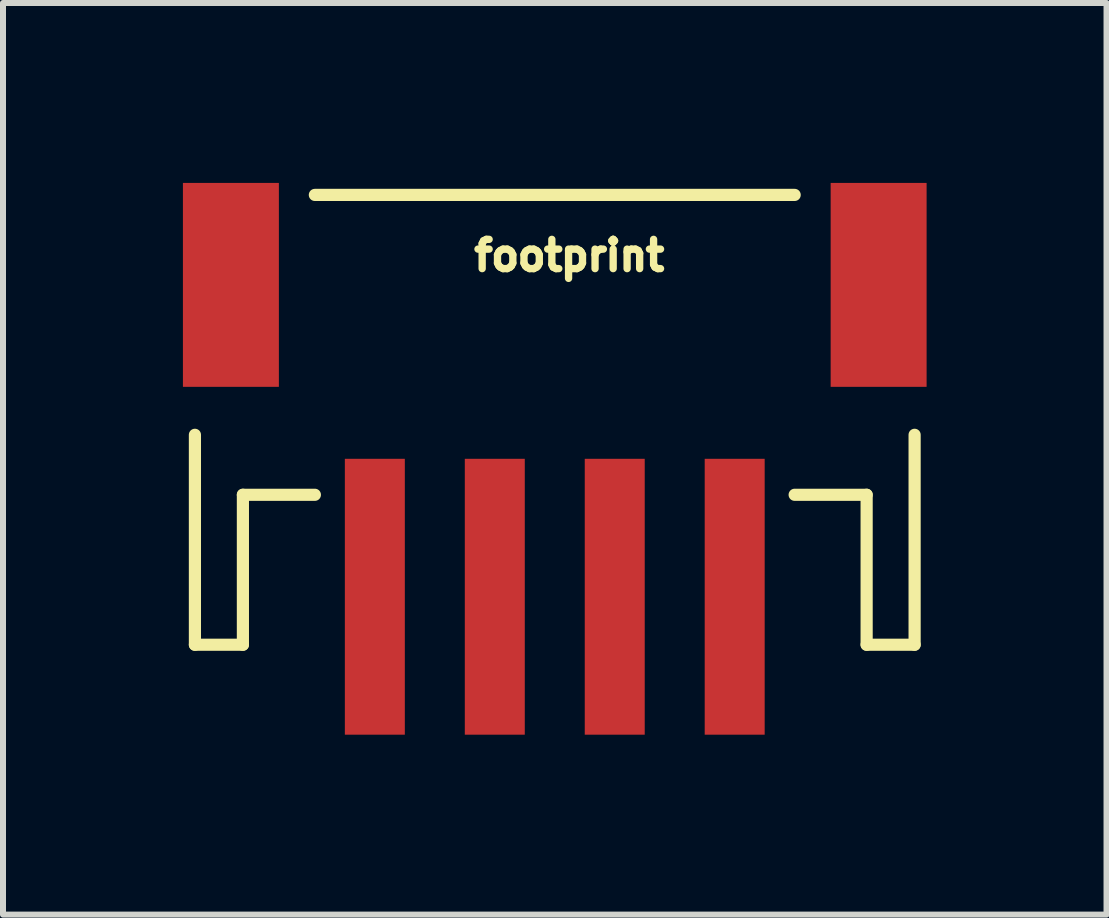
<source format=kicad_pcb>
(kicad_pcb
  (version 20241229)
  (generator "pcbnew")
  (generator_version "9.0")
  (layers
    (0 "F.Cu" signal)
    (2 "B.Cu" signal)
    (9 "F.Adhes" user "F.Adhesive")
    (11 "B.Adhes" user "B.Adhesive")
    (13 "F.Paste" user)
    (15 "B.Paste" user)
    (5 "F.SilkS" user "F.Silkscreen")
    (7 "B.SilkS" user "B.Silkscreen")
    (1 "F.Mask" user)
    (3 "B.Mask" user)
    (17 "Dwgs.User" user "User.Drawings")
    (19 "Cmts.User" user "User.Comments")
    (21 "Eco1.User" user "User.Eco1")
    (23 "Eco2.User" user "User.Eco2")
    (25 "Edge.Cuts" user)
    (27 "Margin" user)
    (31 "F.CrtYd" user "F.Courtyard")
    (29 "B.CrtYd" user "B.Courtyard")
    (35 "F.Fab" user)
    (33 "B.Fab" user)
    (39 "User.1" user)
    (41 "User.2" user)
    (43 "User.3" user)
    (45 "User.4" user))
  (footprint "footprint"
    (layer "F.Cu")
    (at 6.19 2.13)
    (property "Reference" "footprint" (at -1.397 -0.635 0) (layer "F.SilkS") (effects (font (size 0.488 0.488) (thickness 0.122)) (justify left bottom)))
    (fp_line (start -5.99 2.07) (end -5.99 5.57) (stroke (width 0.203) (type solid)) (layer "F.SilkS"))
    (fp_line (start -5.99 5.57) (end -5.19 5.57) (stroke (width 0.203) (type solid)) (layer "F.SilkS"))
    (fp_line (start -5.19 3.07) (end -3.99 3.07) (stroke (width 0.203) (type solid)) (layer "F.SilkS"))
    (fp_line (start -5.19 5.57) (end -5.19 3.07) (stroke (width 0.203) (type solid)) (layer "F.SilkS"))
    (fp_line (start 4.01 -1.93) (end -3.99 -1.93) (stroke (width 0.203) (type solid)) (layer "F.SilkS"))
    (fp_line (start 4.01 3.07) (end 5.21 3.07) (stroke (width 0.203) (type solid)) (layer "F.SilkS"))
    (fp_line (start 5.21 3.07) (end 5.21 5.57) (stroke (width 0.203) (type solid)) (layer "F.SilkS"))
    (fp_line (start 5.21 5.57) (end 6.01 5.57) (stroke (width 0.203) (type solid)) (layer "F.SilkS"))
    (fp_line (start 6.01 5.57) (end 6.01 2.07) (stroke (width 0.203) (type solid)) (layer "F.SilkS"))
    (pad "1" smd rect (at 3.01 4.77) (size 1 4.6) (layers "F.Cu" "F.Mask" "F.Paste"))
    (pad "2" smd rect (at 1.01 4.77) (size 1 4.6) (layers "F.Cu" "F.Mask" "F.Paste"))
    (pad "3" smd rect (at -0.99 4.77) (size 1 4.6) (layers "F.Cu" "F.Mask" "F.Paste"))
    (pad "4" smd rect (at -2.99 4.77) (size 1 4.6) (layers "F.Cu" "F.Mask" "F.Paste"))
    (pad "NC1" smd rect (at -5.39 -0.43 90) (size 3.4 1.6) (layers "F.Cu" "F.Mask" "F.Paste"))
    (pad "NC2" smd rect (at 5.41 -0.43 90) (size 3.4 1.6) (layers "F.Cu" "F.Mask" "F.Paste")))
  (gr_rect
    (start -3 -3)
    (end 15.4 12.2)
    (stroke (width 0.1) (type default))
    (fill no)
    (layer "Edge.Cuts")))
</source>
